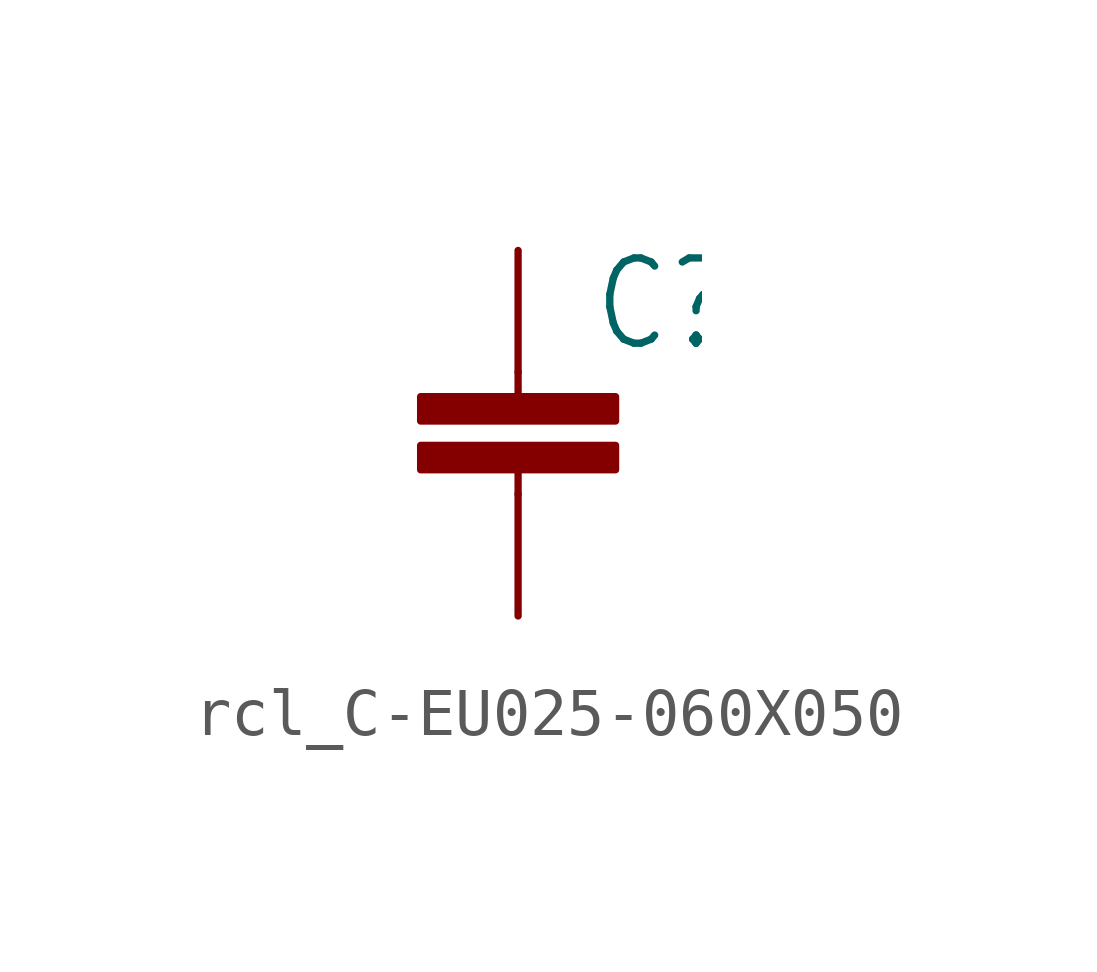
<source format=kicad_sym>
(kicad_symbol_lib
  (version 20241209)
  (generator "kicad_symbol_editor")
  (generator_version "9.0")
  (symbol "rcl_C-EU025-060X050"
    (property "Reference" "C"
      (at 1.524 0.381 0)
      (effects (font (size 1.778 1.511)) (justify left bottom)))
    (property "Value" ""
      (at 1.524 -4.699 0)
      (effects (font (size 1.778 1.511)) (justify left bottom)))
    (property "ki_locked" ""
      (at 0 0 0)
      (effects (font (size 1.27 1.27))))
    (symbol "rcl_C-EU025-060X050_1_0"
      (rectangle (start -2.032 -1.016) (end 2.032 -0.508) (stroke (width 0) (type default)) (fill (type outline)))
      (rectangle (start -2.032 -2.032) (end 2.032 -1.524) (stroke (width 0) (type default)) (fill (type outline)))
      (polyline (pts (xy 0 0) (xy 0 -0.508)) (stroke (width 0.152) (type solid)) (fill (type none)))
      (polyline (pts (xy 0 -2.54) (xy 0 -2.032)) (stroke (width 0.152) (type solid)) (fill (type none)))
      (pin passive line (at 0 2.54 270) (length 2.54) (name "1" (effects (font (size 0 0)))) (number "1" (effects (font (size 0 0)))))
      (pin passive line (at 0 -5.08 90) (length 2.54) (name "2" (effects (font (size 0 0)))) (number "2" (effects (font (size 0 0))))))))
</source>
